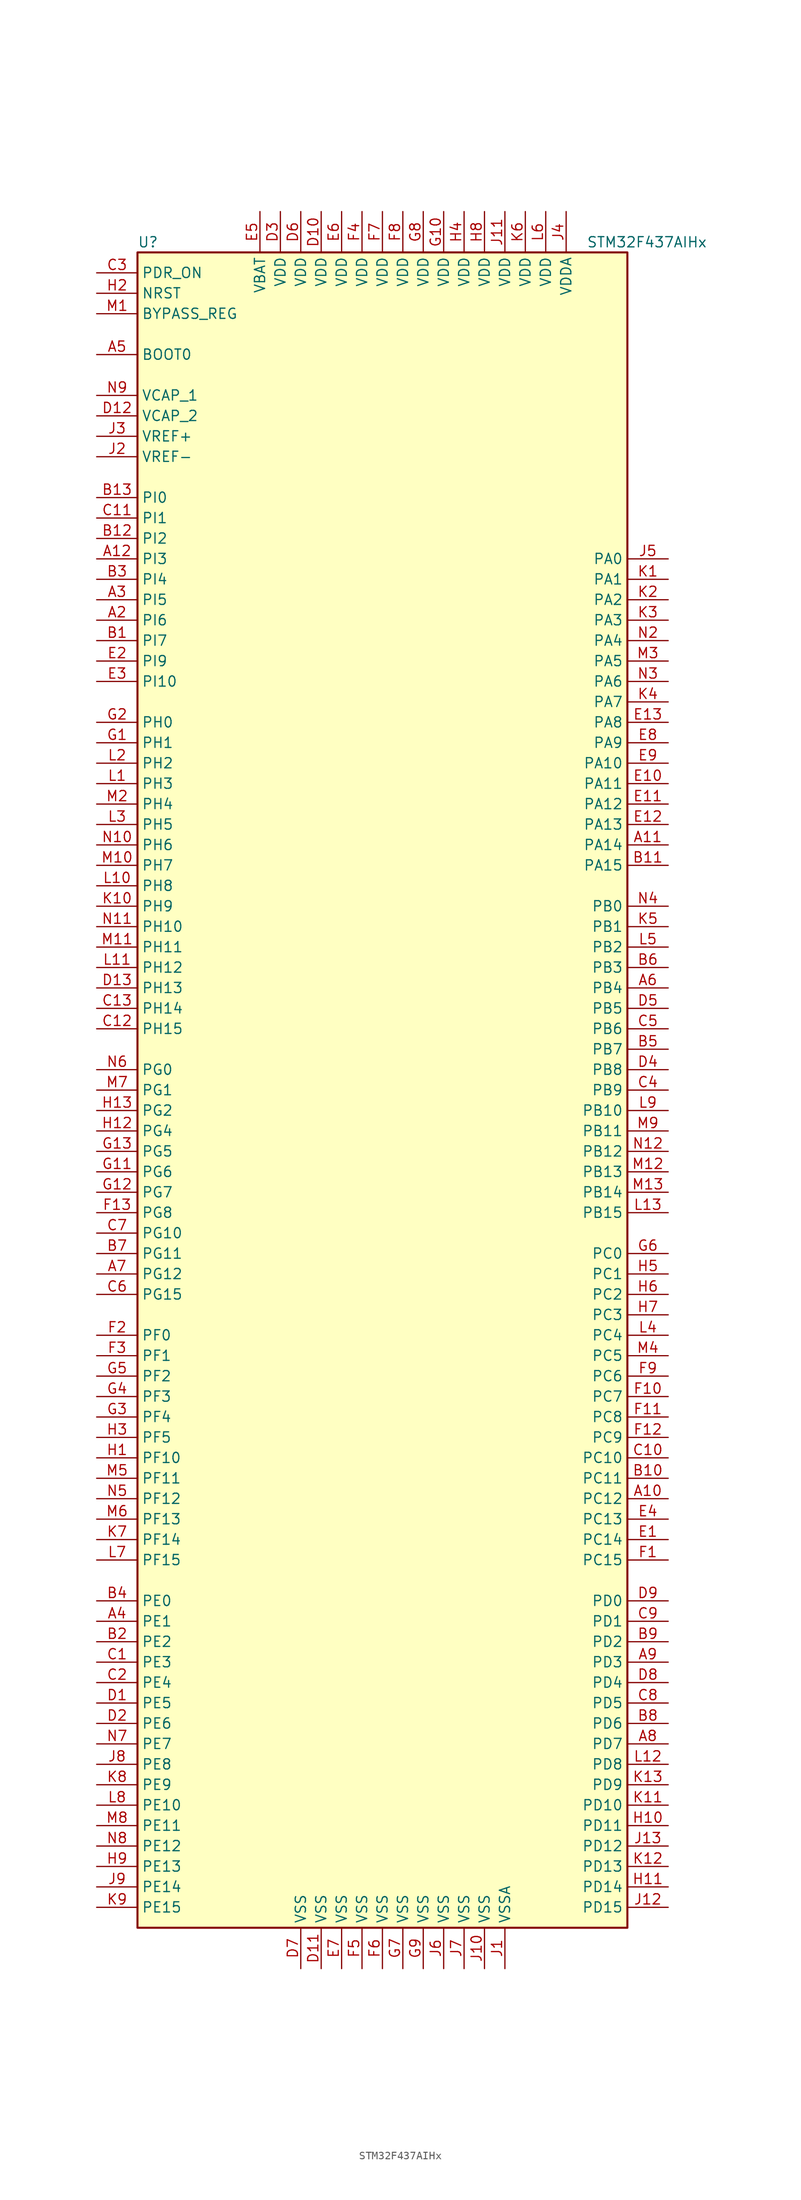
<source format=kicad_sym>
(kicad_symbol_lib
  (version 20200908)
  (generator kicad_symbol_editor)
  (symbol "MCU_ST_STM32F4:STM32F437AIHx"
    (property "Reference" "U"
      (at -30.48 105.41 0)
      (effects (font (size 1.27 1.27)) (justify left)))
    (property "Value" "STM32F437AIHx"
      (at 25.4 105.41 0)
      (effects (font (size 1.27 1.27)) (justify left)))
    (symbol "STM32F437AIHx_0_1"
      (rectangle (start -30.48 -104.14) (end 30.48 104.14) (stroke (width 0.254)) (fill (type background))))
    (symbol "STM32F437AIHx_1_1"
      (pin input line (at -35.56 91.44 0) (length 5.08) (name "BOOT0" (effects (font (size 1.27 1.27)))) (number "A5" (effects (font (size 1.27 1.27)))))
      (pin input line (at -35.56 96.52 0) (length 5.08) (name "BYPASS_REG" (effects (font (size 1.27 1.27)))) (number "M1" (effects (font (size 1.27 1.27)))))
      (pin unconnected line (at -30.48 -101.6 0) (length 5.08) hide (name "NC" (effects (font (size 1.27 1.27)))) (number "A1" (effects (font (size 1.27 1.27)))))
      (pin unconnected line (at -30.48 -99.06 0) (length 5.08) hide (name "NC" (effects (font (size 1.27 1.27)))) (number "A13" (effects (font (size 1.27 1.27)))))
      (pin unconnected line (at -30.48 -96.52 0) (length 5.08) hide (name "NC" (effects (font (size 1.27 1.27)))) (number "N1" (effects (font (size 1.27 1.27)))))
      (pin unconnected line (at -30.48 -93.98 0) (length 5.08) hide (name "NC" (effects (font (size 1.27 1.27)))) (number "N13" (effects (font (size 1.27 1.27)))))
      (pin input line (at -35.56 99.06 0) (length 5.08) (name "NRST" (effects (font (size 1.27 1.27)))) (number "H2" (effects (font (size 1.27 1.27)))))
      (pin bidirectional line (at 35.56 66.04 180) (length 5.08) (name "PA0" (effects (font (size 1.27 1.27)))) (number "J5" (effects (font (size 1.27 1.27)))))
      (pin bidirectional line (at 35.56 63.5 180) (length 5.08) (name "PA1" (effects (font (size 1.27 1.27)))) (number "K1" (effects (font (size 1.27 1.27)))))
      (pin bidirectional line (at 35.56 40.64 180) (length 5.08) (name "PA10" (effects (font (size 1.27 1.27)))) (number "E9" (effects (font (size 1.27 1.27)))))
      (pin bidirectional line (at 35.56 38.1 180) (length 5.08) (name "PA11" (effects (font (size 1.27 1.27)))) (number "E10" (effects (font (size 1.27 1.27)))))
      (pin bidirectional line (at 35.56 35.56 180) (length 5.08) (name "PA12" (effects (font (size 1.27 1.27)))) (number "E11" (effects (font (size 1.27 1.27)))))
      (pin bidirectional line (at 35.56 33.02 180) (length 5.08) (name "PA13" (effects (font (size 1.27 1.27)))) (number "E12" (effects (font (size 1.27 1.27)))))
      (pin bidirectional line (at 35.56 30.48 180) (length 5.08) (name "PA14" (effects (font (size 1.27 1.27)))) (number "A11" (effects (font (size 1.27 1.27)))))
      (pin bidirectional line (at 35.56 27.94 180) (length 5.08) (name "PA15" (effects (font (size 1.27 1.27)))) (number "B11" (effects (font (size 1.27 1.27)))))
      (pin bidirectional line (at 35.56 60.96 180) (length 5.08) (name "PA2" (effects (font (size 1.27 1.27)))) (number "K2" (effects (font (size 1.27 1.27)))))
      (pin bidirectional line (at 35.56 58.42 180) (length 5.08) (name "PA3" (effects (font (size 1.27 1.27)))) (number "K3" (effects (font (size 1.27 1.27)))))
      (pin bidirectional line (at 35.56 55.88 180) (length 5.08) (name "PA4" (effects (font (size 1.27 1.27)))) (number "N2" (effects (font (size 1.27 1.27)))))
      (pin bidirectional line (at 35.56 53.34 180) (length 5.08) (name "PA5" (effects (font (size 1.27 1.27)))) (number "M3" (effects (font (size 1.27 1.27)))))
      (pin bidirectional line (at 35.56 50.8 180) (length 5.08) (name "PA6" (effects (font (size 1.27 1.27)))) (number "N3" (effects (font (size 1.27 1.27)))))
      (pin bidirectional line (at 35.56 48.26 180) (length 5.08) (name "PA7" (effects (font (size 1.27 1.27)))) (number "K4" (effects (font (size 1.27 1.27)))))
      (pin bidirectional line (at 35.56 45.72 180) (length 5.08) (name "PA8" (effects (font (size 1.27 1.27)))) (number "E13" (effects (font (size 1.27 1.27)))))
      (pin bidirectional line (at 35.56 43.18 180) (length 5.08) (name "PA9" (effects (font (size 1.27 1.27)))) (number "E8" (effects (font (size 1.27 1.27)))))
      (pin bidirectional line (at 35.56 22.86 180) (length 5.08) (name "PB0" (effects (font (size 1.27 1.27)))) (number "N4" (effects (font (size 1.27 1.27)))))
      (pin bidirectional line (at 35.56 20.32 180) (length 5.08) (name "PB1" (effects (font (size 1.27 1.27)))) (number "K5" (effects (font (size 1.27 1.27)))))
      (pin bidirectional line (at 35.56 -2.54 180) (length 5.08) (name "PB10" (effects (font (size 1.27 1.27)))) (number "L9" (effects (font (size 1.27 1.27)))))
      (pin bidirectional line (at 35.56 -5.08 180) (length 5.08) (name "PB11" (effects (font (size 1.27 1.27)))) (number "M9" (effects (font (size 1.27 1.27)))))
      (pin bidirectional line (at 35.56 -7.62 180) (length 5.08) (name "PB12" (effects (font (size 1.27 1.27)))) (number "N12" (effects (font (size 1.27 1.27)))))
      (pin bidirectional line (at 35.56 -10.16 180) (length 5.08) (name "PB13" (effects (font (size 1.27 1.27)))) (number "M12" (effects (font (size 1.27 1.27)))))
      (pin bidirectional line (at 35.56 -12.7 180) (length 5.08) (name "PB14" (effects (font (size 1.27 1.27)))) (number "M13" (effects (font (size 1.27 1.27)))))
      (pin bidirectional line (at 35.56 -15.24 180) (length 5.08) (name "PB15" (effects (font (size 1.27 1.27)))) (number "L13" (effects (font (size 1.27 1.27)))))
      (pin bidirectional line (at 35.56 17.78 180) (length 5.08) (name "PB2" (effects (font (size 1.27 1.27)))) (number "L5" (effects (font (size 1.27 1.27)))))
      (pin bidirectional line (at 35.56 15.24 180) (length 5.08) (name "PB3" (effects (font (size 1.27 1.27)))) (number "B6" (effects (font (size 1.27 1.27)))))
      (pin bidirectional line (at 35.56 12.7 180) (length 5.08) (name "PB4" (effects (font (size 1.27 1.27)))) (number "A6" (effects (font (size 1.27 1.27)))))
      (pin bidirectional line (at 35.56 10.16 180) (length 5.08) (name "PB5" (effects (font (size 1.27 1.27)))) (number "D5" (effects (font (size 1.27 1.27)))))
      (pin bidirectional line (at 35.56 7.62 180) (length 5.08) (name "PB6" (effects (font (size 1.27 1.27)))) (number "C5" (effects (font (size 1.27 1.27)))))
      (pin bidirectional line (at 35.56 5.08 180) (length 5.08) (name "PB7" (effects (font (size 1.27 1.27)))) (number "B5" (effects (font (size 1.27 1.27)))))
      (pin bidirectional line (at 35.56 2.54 180) (length 5.08) (name "PB8" (effects (font (size 1.27 1.27)))) (number "D4" (effects (font (size 1.27 1.27)))))
      (pin bidirectional line (at 35.56 0 180) (length 5.08) (name "PB9" (effects (font (size 1.27 1.27)))) (number "C4" (effects (font (size 1.27 1.27)))))
      (pin bidirectional line (at 35.56 -20.32 180) (length 5.08) (name "PC0" (effects (font (size 1.27 1.27)))) (number "G6" (effects (font (size 1.27 1.27)))))
      (pin bidirectional line (at 35.56 -22.86 180) (length 5.08) (name "PC1" (effects (font (size 1.27 1.27)))) (number "H5" (effects (font (size 1.27 1.27)))))
      (pin bidirectional line (at 35.56 -45.72 180) (length 5.08) (name "PC10" (effects (font (size 1.27 1.27)))) (number "C10" (effects (font (size 1.27 1.27)))))
      (pin bidirectional line (at 35.56 -48.26 180) (length 5.08) (name "PC11" (effects (font (size 1.27 1.27)))) (number "B10" (effects (font (size 1.27 1.27)))))
      (pin bidirectional line (at 35.56 -50.8 180) (length 5.08) (name "PC12" (effects (font (size 1.27 1.27)))) (number "A10" (effects (font (size 1.27 1.27)))))
      (pin bidirectional line (at 35.56 -53.34 180) (length 5.08) (name "PC13" (effects (font (size 1.27 1.27)))) (number "E4" (effects (font (size 1.27 1.27)))))
      (pin bidirectional line (at 35.56 -55.88 180) (length 5.08) (name "PC14" (effects (font (size 1.27 1.27)))) (number "E1" (effects (font (size 1.27 1.27)))))
      (pin bidirectional line (at 35.56 -58.42 180) (length 5.08) (name "PC15" (effects (font (size 1.27 1.27)))) (number "F1" (effects (font (size 1.27 1.27)))))
      (pin bidirectional line (at 35.56 -25.4 180) (length 5.08) (name "PC2" (effects (font (size 1.27 1.27)))) (number "H6" (effects (font (size 1.27 1.27)))))
      (pin bidirectional line (at 35.56 -27.94 180) (length 5.08) (name "PC3" (effects (font (size 1.27 1.27)))) (number "H7" (effects (font (size 1.27 1.27)))))
      (pin bidirectional line (at 35.56 -30.48 180) (length 5.08) (name "PC4" (effects (font (size 1.27 1.27)))) (number "L4" (effects (font (size 1.27 1.27)))))
      (pin bidirectional line (at 35.56 -33.02 180) (length 5.08) (name "PC5" (effects (font (size 1.27 1.27)))) (number "M4" (effects (font (size 1.27 1.27)))))
      (pin bidirectional line (at 35.56 -35.56 180) (length 5.08) (name "PC6" (effects (font (size 1.27 1.27)))) (number "F9" (effects (font (size 1.27 1.27)))))
      (pin bidirectional line (at 35.56 -38.1 180) (length 5.08) (name "PC7" (effects (font (size 1.27 1.27)))) (number "F10" (effects (font (size 1.27 1.27)))))
      (pin bidirectional line (at 35.56 -40.64 180) (length 5.08) (name "PC8" (effects (font (size 1.27 1.27)))) (number "F11" (effects (font (size 1.27 1.27)))))
      (pin bidirectional line (at 35.56 -43.18 180) (length 5.08) (name "PC9" (effects (font (size 1.27 1.27)))) (number "F12" (effects (font (size 1.27 1.27)))))
      (pin bidirectional line (at 35.56 -63.5 180) (length 5.08) (name "PD0" (effects (font (size 1.27 1.27)))) (number "D9" (effects (font (size 1.27 1.27)))))
      (pin bidirectional line (at 35.56 -66.04 180) (length 5.08) (name "PD1" (effects (font (size 1.27 1.27)))) (number "C9" (effects (font (size 1.27 1.27)))))
      (pin bidirectional line (at 35.56 -88.9 180) (length 5.08) (name "PD10" (effects (font (size 1.27 1.27)))) (number "K11" (effects (font (size 1.27 1.27)))))
      (pin bidirectional line (at 35.56 -91.44 180) (length 5.08) (name "PD11" (effects (font (size 1.27 1.27)))) (number "H10" (effects (font (size 1.27 1.27)))))
      (pin bidirectional line (at 35.56 -93.98 180) (length 5.08) (name "PD12" (effects (font (size 1.27 1.27)))) (number "J13" (effects (font (size 1.27 1.27)))))
      (pin bidirectional line (at 35.56 -96.52 180) (length 5.08) (name "PD13" (effects (font (size 1.27 1.27)))) (number "K12" (effects (font (size 1.27 1.27)))))
      (pin bidirectional line (at 35.56 -99.06 180) (length 5.08) (name "PD14" (effects (font (size 1.27 1.27)))) (number "H11" (effects (font (size 1.27 1.27)))))
      (pin bidirectional line (at 35.56 -101.6 180) (length 5.08) (name "PD15" (effects (font (size 1.27 1.27)))) (number "J12" (effects (font (size 1.27 1.27)))))
      (pin bidirectional line (at 35.56 -68.58 180) (length 5.08) (name "PD2" (effects (font (size 1.27 1.27)))) (number "B9" (effects (font (size 1.27 1.27)))))
      (pin bidirectional line (at 35.56 -71.12 180) (length 5.08) (name "PD3" (effects (font (size 1.27 1.27)))) (number "A9" (effects (font (size 1.27 1.27)))))
      (pin bidirectional line (at 35.56 -73.66 180) (length 5.08) (name "PD4" (effects (font (size 1.27 1.27)))) (number "D8" (effects (font (size 1.27 1.27)))))
      (pin bidirectional line (at 35.56 -76.2 180) (length 5.08) (name "PD5" (effects (font (size 1.27 1.27)))) (number "C8" (effects (font (size 1.27 1.27)))))
      (pin bidirectional line (at 35.56 -78.74 180) (length 5.08) (name "PD6" (effects (font (size 1.27 1.27)))) (number "B8" (effects (font (size 1.27 1.27)))))
      (pin bidirectional line (at 35.56 -81.28 180) (length 5.08) (name "PD7" (effects (font (size 1.27 1.27)))) (number "A8" (effects (font (size 1.27 1.27)))))
      (pin bidirectional line (at 35.56 -83.82 180) (length 5.08) (name "PD8" (effects (font (size 1.27 1.27)))) (number "L12" (effects (font (size 1.27 1.27)))))
      (pin bidirectional line (at 35.56 -86.36 180) (length 5.08) (name "PD9" (effects (font (size 1.27 1.27)))) (number "K13" (effects (font (size 1.27 1.27)))))
      (pin input line (at -35.56 101.6 0) (length 5.08) (name "PDR_ON" (effects (font (size 1.27 1.27)))) (number "C3" (effects (font (size 1.27 1.27)))))
      (pin bidirectional line (at -35.56 -63.5 0) (length 5.08) (name "PE0" (effects (font (size 1.27 1.27)))) (number "B4" (effects (font (size 1.27 1.27)))))
      (pin bidirectional line (at -35.56 -66.04 0) (length 5.08) (name "PE1" (effects (font (size 1.27 1.27)))) (number "A4" (effects (font (size 1.27 1.27)))))
      (pin bidirectional line (at -35.56 -88.9 0) (length 5.08) (name "PE10" (effects (font (size 1.27 1.27)))) (number "L8" (effects (font (size 1.27 1.27)))))
      (pin bidirectional line (at -35.56 -91.44 0) (length 5.08) (name "PE11" (effects (font (size 1.27 1.27)))) (number "M8" (effects (font (size 1.27 1.27)))))
      (pin bidirectional line (at -35.56 -93.98 0) (length 5.08) (name "PE12" (effects (font (size 1.27 1.27)))) (number "N8" (effects (font (size 1.27 1.27)))))
      (pin bidirectional line (at -35.56 -96.52 0) (length 5.08) (name "PE13" (effects (font (size 1.27 1.27)))) (number "H9" (effects (font (size 1.27 1.27)))))
      (pin bidirectional line (at -35.56 -99.06 0) (length 5.08) (name "PE14" (effects (font (size 1.27 1.27)))) (number "J9" (effects (font (size 1.27 1.27)))))
      (pin bidirectional line (at -35.56 -101.6 0) (length 5.08) (name "PE15" (effects (font (size 1.27 1.27)))) (number "K9" (effects (font (size 1.27 1.27)))))
      (pin bidirectional line (at -35.56 -68.58 0) (length 5.08) (name "PE2" (effects (font (size 1.27 1.27)))) (number "B2" (effects (font (size 1.27 1.27)))))
      (pin bidirectional line (at -35.56 -71.12 0) (length 5.08) (name "PE3" (effects (font (size 1.27 1.27)))) (number "C1" (effects (font (size 1.27 1.27)))))
      (pin bidirectional line (at -35.56 -73.66 0) (length 5.08) (name "PE4" (effects (font (size 1.27 1.27)))) (number "C2" (effects (font (size 1.27 1.27)))))
      (pin bidirectional line (at -35.56 -76.2 0) (length 5.08) (name "PE5" (effects (font (size 1.27 1.27)))) (number "D1" (effects (font (size 1.27 1.27)))))
      (pin bidirectional line (at -35.56 -78.74 0) (length 5.08) (name "PE6" (effects (font (size 1.27 1.27)))) (number "D2" (effects (font (size 1.27 1.27)))))
      (pin bidirectional line (at -35.56 -81.28 0) (length 5.08) (name "PE7" (effects (font (size 1.27 1.27)))) (number "N7" (effects (font (size 1.27 1.27)))))
      (pin bidirectional line (at -35.56 -83.82 0) (length 5.08) (name "PE8" (effects (font (size 1.27 1.27)))) (number "J8" (effects (font (size 1.27 1.27)))))
      (pin bidirectional line (at -35.56 -86.36 0) (length 5.08) (name "PE9" (effects (font (size 1.27 1.27)))) (number "K8" (effects (font (size 1.27 1.27)))))
      (pin bidirectional line (at -35.56 -30.48 0) (length 5.08) (name "PF0" (effects (font (size 1.27 1.27)))) (number "F2" (effects (font (size 1.27 1.27)))))
      (pin bidirectional line (at -35.56 -33.02 0) (length 5.08) (name "PF1" (effects (font (size 1.27 1.27)))) (number "F3" (effects (font (size 1.27 1.27)))))
      (pin bidirectional line (at -35.56 -45.72 0) (length 5.08) (name "PF10" (effects (font (size 1.27 1.27)))) (number "H1" (effects (font (size 1.27 1.27)))))
      (pin bidirectional line (at -35.56 -48.26 0) (length 5.08) (name "PF11" (effects (font (size 1.27 1.27)))) (number "M5" (effects (font (size 1.27 1.27)))))
      (pin bidirectional line (at -35.56 -50.8 0) (length 5.08) (name "PF12" (effects (font (size 1.27 1.27)))) (number "N5" (effects (font (size 1.27 1.27)))))
      (pin bidirectional line (at -35.56 -53.34 0) (length 5.08) (name "PF13" (effects (font (size 1.27 1.27)))) (number "M6" (effects (font (size 1.27 1.27)))))
      (pin bidirectional line (at -35.56 -55.88 0) (length 5.08) (name "PF14" (effects (font (size 1.27 1.27)))) (number "K7" (effects (font (size 1.27 1.27)))))
      (pin bidirectional line (at -35.56 -58.42 0) (length 5.08) (name "PF15" (effects (font (size 1.27 1.27)))) (number "L7" (effects (font (size 1.27 1.27)))))
      (pin bidirectional line (at -35.56 -35.56 0) (length 5.08) (name "PF2" (effects (font (size 1.27 1.27)))) (number "G5" (effects (font (size 1.27 1.27)))))
      (pin bidirectional line (at -35.56 -38.1 0) (length 5.08) (name "PF3" (effects (font (size 1.27 1.27)))) (number "G4" (effects (font (size 1.27 1.27)))))
      (pin bidirectional line (at -35.56 -40.64 0) (length 5.08) (name "PF4" (effects (font (size 1.27 1.27)))) (number "G3" (effects (font (size 1.27 1.27)))))
      (pin bidirectional line (at -35.56 -43.18 0) (length 5.08) (name "PF5" (effects (font (size 1.27 1.27)))) (number "H3" (effects (font (size 1.27 1.27)))))
      (pin bidirectional line (at -35.56 2.54 0) (length 5.08) (name "PG0" (effects (font (size 1.27 1.27)))) (number "N6" (effects (font (size 1.27 1.27)))))
      (pin bidirectional line (at -35.56 0 0) (length 5.08) (name "PG1" (effects (font (size 1.27 1.27)))) (number "M7" (effects (font (size 1.27 1.27)))))
      (pin bidirectional line (at -35.56 -17.78 0) (length 5.08) (name "PG10" (effects (font (size 1.27 1.27)))) (number "C7" (effects (font (size 1.27 1.27)))))
      (pin bidirectional line (at -35.56 -20.32 0) (length 5.08) (name "PG11" (effects (font (size 1.27 1.27)))) (number "B7" (effects (font (size 1.27 1.27)))))
      (pin bidirectional line (at -35.56 -22.86 0) (length 5.08) (name "PG12" (effects (font (size 1.27 1.27)))) (number "A7" (effects (font (size 1.27 1.27)))))
      (pin bidirectional line (at -35.56 -25.4 0) (length 5.08) (name "PG15" (effects (font (size 1.27 1.27)))) (number "C6" (effects (font (size 1.27 1.27)))))
      (pin bidirectional line (at -35.56 -2.54 0) (length 5.08) (name "PG2" (effects (font (size 1.27 1.27)))) (number "H13" (effects (font (size 1.27 1.27)))))
      (pin bidirectional line (at -35.56 -5.08 0) (length 5.08) (name "PG4" (effects (font (size 1.27 1.27)))) (number "H12" (effects (font (size 1.27 1.27)))))
      (pin bidirectional line (at -35.56 -7.62 0) (length 5.08) (name "PG5" (effects (font (size 1.27 1.27)))) (number "G13" (effects (font (size 1.27 1.27)))))
      (pin bidirectional line (at -35.56 -10.16 0) (length 5.08) (name "PG6" (effects (font (size 1.27 1.27)))) (number "G11" (effects (font (size 1.27 1.27)))))
      (pin bidirectional line (at -35.56 -12.7 0) (length 5.08) (name "PG7" (effects (font (size 1.27 1.27)))) (number "G12" (effects (font (size 1.27 1.27)))))
      (pin bidirectional line (at -35.56 -15.24 0) (length 5.08) (name "PG8" (effects (font (size 1.27 1.27)))) (number "F13" (effects (font (size 1.27 1.27)))))
      (pin input line (at -35.56 45.72 0) (length 5.08) (name "PH0" (effects (font (size 1.27 1.27)))) (number "G2" (effects (font (size 1.27 1.27)))))
      (pin input line (at -35.56 43.18 0) (length 5.08) (name "PH1" (effects (font (size 1.27 1.27)))) (number "G1" (effects (font (size 1.27 1.27)))))
      (pin bidirectional line (at -35.56 20.32 0) (length 5.08) (name "PH10" (effects (font (size 1.27 1.27)))) (number "N11" (effects (font (size 1.27 1.27)))))
      (pin bidirectional line (at -35.56 17.78 0) (length 5.08) (name "PH11" (effects (font (size 1.27 1.27)))) (number "M11" (effects (font (size 1.27 1.27)))))
      (pin bidirectional line (at -35.56 15.24 0) (length 5.08) (name "PH12" (effects (font (size 1.27 1.27)))) (number "L11" (effects (font (size 1.27 1.27)))))
      (pin bidirectional line (at -35.56 12.7 0) (length 5.08) (name "PH13" (effects (font (size 1.27 1.27)))) (number "D13" (effects (font (size 1.27 1.27)))))
      (pin bidirectional line (at -35.56 10.16 0) (length 5.08) (name "PH14" (effects (font (size 1.27 1.27)))) (number "C13" (effects (font (size 1.27 1.27)))))
      (pin bidirectional line (at -35.56 7.62 0) (length 5.08) (name "PH15" (effects (font (size 1.27 1.27)))) (number "C12" (effects (font (size 1.27 1.27)))))
      (pin bidirectional line (at -35.56 40.64 0) (length 5.08) (name "PH2" (effects (font (size 1.27 1.27)))) (number "L2" (effects (font (size 1.27 1.27)))))
      (pin bidirectional line (at -35.56 38.1 0) (length 5.08) (name "PH3" (effects (font (size 1.27 1.27)))) (number "L1" (effects (font (size 1.27 1.27)))))
      (pin bidirectional line (at -35.56 35.56 0) (length 5.08) (name "PH4" (effects (font (size 1.27 1.27)))) (number "M2" (effects (font (size 1.27 1.27)))))
      (pin bidirectional line (at -35.56 33.02 0) (length 5.08) (name "PH5" (effects (font (size 1.27 1.27)))) (number "L3" (effects (font (size 1.27 1.27)))))
      (pin bidirectional line (at -35.56 30.48 0) (length 5.08) (name "PH6" (effects (font (size 1.27 1.27)))) (number "N10" (effects (font (size 1.27 1.27)))))
      (pin bidirectional line (at -35.56 27.94 0) (length 5.08) (name "PH7" (effects (font (size 1.27 1.27)))) (number "M10" (effects (font (size 1.27 1.27)))))
      (pin bidirectional line (at -35.56 25.4 0) (length 5.08) (name "PH8" (effects (font (size 1.27 1.27)))) (number "L10" (effects (font (size 1.27 1.27)))))
      (pin bidirectional line (at -35.56 22.86 0) (length 5.08) (name "PH9" (effects (font (size 1.27 1.27)))) (number "K10" (effects (font (size 1.27 1.27)))))
      (pin bidirectional line (at -35.56 73.66 0) (length 5.08) (name "PI0" (effects (font (size 1.27 1.27)))) (number "B13" (effects (font (size 1.27 1.27)))))
      (pin bidirectional line (at -35.56 71.12 0) (length 5.08) (name "PI1" (effects (font (size 1.27 1.27)))) (number "C11" (effects (font (size 1.27 1.27)))))
      (pin bidirectional line (at -35.56 50.8 0) (length 5.08) (name "PI10" (effects (font (size 1.27 1.27)))) (number "E3" (effects (font (size 1.27 1.27)))))
      (pin bidirectional line (at -35.56 68.58 0) (length 5.08) (name "PI2" (effects (font (size 1.27 1.27)))) (number "B12" (effects (font (size 1.27 1.27)))))
      (pin bidirectional line (at -35.56 66.04 0) (length 5.08) (name "PI3" (effects (font (size 1.27 1.27)))) (number "A12" (effects (font (size 1.27 1.27)))))
      (pin bidirectional line (at -35.56 63.5 0) (length 5.08) (name "PI4" (effects (font (size 1.27 1.27)))) (number "B3" (effects (font (size 1.27 1.27)))))
      (pin bidirectional line (at -35.56 60.96 0) (length 5.08) (name "PI5" (effects (font (size 1.27 1.27)))) (number "A3" (effects (font (size 1.27 1.27)))))
      (pin bidirectional line (at -35.56 58.42 0) (length 5.08) (name "PI6" (effects (font (size 1.27 1.27)))) (number "A2" (effects (font (size 1.27 1.27)))))
      (pin bidirectional line (at -35.56 55.88 0) (length 5.08) (name "PI7" (effects (font (size 1.27 1.27)))) (number "B1" (effects (font (size 1.27 1.27)))))
      (pin bidirectional line (at -35.56 53.34 0) (length 5.08) (name "PI9" (effects (font (size 1.27 1.27)))) (number "E2" (effects (font (size 1.27 1.27)))))
      (pin power_in line (at -15.24 109.22 270) (length 5.08) (name "VBAT" (effects (font (size 1.27 1.27)))) (number "E5" (effects (font (size 1.27 1.27)))))
      (pin power_in line (at -35.56 86.36 0) (length 5.08) (name "VCAP_1" (effects (font (size 1.27 1.27)))) (number "N9" (effects (font (size 1.27 1.27)))))
      (pin power_in line (at -35.56 83.82 0) (length 5.08) (name "VCAP_2" (effects (font (size 1.27 1.27)))) (number "D12" (effects (font (size 1.27 1.27)))))
      (pin power_in line (at -7.62 109.22 270) (length 5.08) (name "VDD" (effects (font (size 1.27 1.27)))) (number "D10" (effects (font (size 1.27 1.27)))))
      (pin power_in line (at -12.7 109.22 270) (length 5.08) (name "VDD" (effects (font (size 1.27 1.27)))) (number "D3" (effects (font (size 1.27 1.27)))))
      (pin power_in line (at -10.16 109.22 270) (length 5.08) (name "VDD" (effects (font (size 1.27 1.27)))) (number "D6" (effects (font (size 1.27 1.27)))))
      (pin power_in line (at -5.08 109.22 270) (length 5.08) (name "VDD" (effects (font (size 1.27 1.27)))) (number "E6" (effects (font (size 1.27 1.27)))))
      (pin power_in line (at -2.54 109.22 270) (length 5.08) (name "VDD" (effects (font (size 1.27 1.27)))) (number "F4" (effects (font (size 1.27 1.27)))))
      (pin power_in line (at 0 109.22 270) (length 5.08) (name "VDD" (effects (font (size 1.27 1.27)))) (number "F7" (effects (font (size 1.27 1.27)))))
      (pin power_in line (at 2.54 109.22 270) (length 5.08) (name "VDD" (effects (font (size 1.27 1.27)))) (number "F8" (effects (font (size 1.27 1.27)))))
      (pin power_in line (at 7.62 109.22 270) (length 5.08) (name "VDD" (effects (font (size 1.27 1.27)))) (number "G10" (effects (font (size 1.27 1.27)))))
      (pin power_in line (at 5.08 109.22 270) (length 5.08) (name "VDD" (effects (font (size 1.27 1.27)))) (number "G8" (effects (font (size 1.27 1.27)))))
      (pin power_in line (at 10.16 109.22 270) (length 5.08) (name "VDD" (effects (font (size 1.27 1.27)))) (number "H4" (effects (font (size 1.27 1.27)))))
      (pin power_in line (at 12.7 109.22 270) (length 5.08) (name "VDD" (effects (font (size 1.27 1.27)))) (number "H8" (effects (font (size 1.27 1.27)))))
      (pin power_in line (at 15.24 109.22 270) (length 5.08) (name "VDD" (effects (font (size 1.27 1.27)))) (number "J11" (effects (font (size 1.27 1.27)))))
      (pin power_in line (at 17.78 109.22 270) (length 5.08) (name "VDD" (effects (font (size 1.27 1.27)))) (number "K6" (effects (font (size 1.27 1.27)))))
      (pin power_in line (at 20.32 109.22 270) (length 5.08) (name "VDD" (effects (font (size 1.27 1.27)))) (number "L6" (effects (font (size 1.27 1.27)))))
      (pin power_in line (at 22.86 109.22 270) (length 5.08) (name "VDDA" (effects (font (size 1.27 1.27)))) (number "J4" (effects (font (size 1.27 1.27)))))
      (pin power_in line (at -35.56 81.28 0) (length 5.08) (name "VREF+" (effects (font (size 1.27 1.27)))) (number "J3" (effects (font (size 1.27 1.27)))))
      (pin power_in line (at -35.56 78.74 0) (length 5.08) (name "VREF-" (effects (font (size 1.27 1.27)))) (number "J2" (effects (font (size 1.27 1.27)))))
      (pin power_in line (at -7.62 -109.22 90) (length 5.08) (name "VSS" (effects (font (size 1.27 1.27)))) (number "D11" (effects (font (size 1.27 1.27)))))
      (pin power_in line (at -10.16 -109.22 90) (length 5.08) (name "VSS" (effects (font (size 1.27 1.27)))) (number "D7" (effects (font (size 1.27 1.27)))))
      (pin power_in line (at -5.08 -109.22 90) (length 5.08) (name "VSS" (effects (font (size 1.27 1.27)))) (number "E7" (effects (font (size 1.27 1.27)))))
      (pin power_in line (at -2.54 -109.22 90) (length 5.08) (name "VSS" (effects (font (size 1.27 1.27)))) (number "F5" (effects (font (size 1.27 1.27)))))
      (pin power_in line (at 0 -109.22 90) (length 5.08) (name "VSS" (effects (font (size 1.27 1.27)))) (number "F6" (effects (font (size 1.27 1.27)))))
      (pin power_in line (at 2.54 -109.22 90) (length 5.08) (name "VSS" (effects (font (size 1.27 1.27)))) (number "G7" (effects (font (size 1.27 1.27)))))
      (pin power_in line (at 5.08 -109.22 90) (length 5.08) (name "VSS" (effects (font (size 1.27 1.27)))) (number "G9" (effects (font (size 1.27 1.27)))))
      (pin power_in line (at 12.7 -109.22 90) (length 5.08) (name "VSS" (effects (font (size 1.27 1.27)))) (number "J10" (effects (font (size 1.27 1.27)))))
      (pin power_in line (at 7.62 -109.22 90) (length 5.08) (name "VSS" (effects (font (size 1.27 1.27)))) (number "J6" (effects (font (size 1.27 1.27)))))
      (pin power_in line (at 10.16 -109.22 90) (length 5.08) (name "VSS" (effects (font (size 1.27 1.27)))) (number "J7" (effects (font (size 1.27 1.27)))))
      (pin power_in line (at 15.24 -109.22 90) (length 5.08) (name "VSSA" (effects (font (size 1.27 1.27)))) (number "J1" (effects (font (size 1.27 1.27))))))))
</source>
